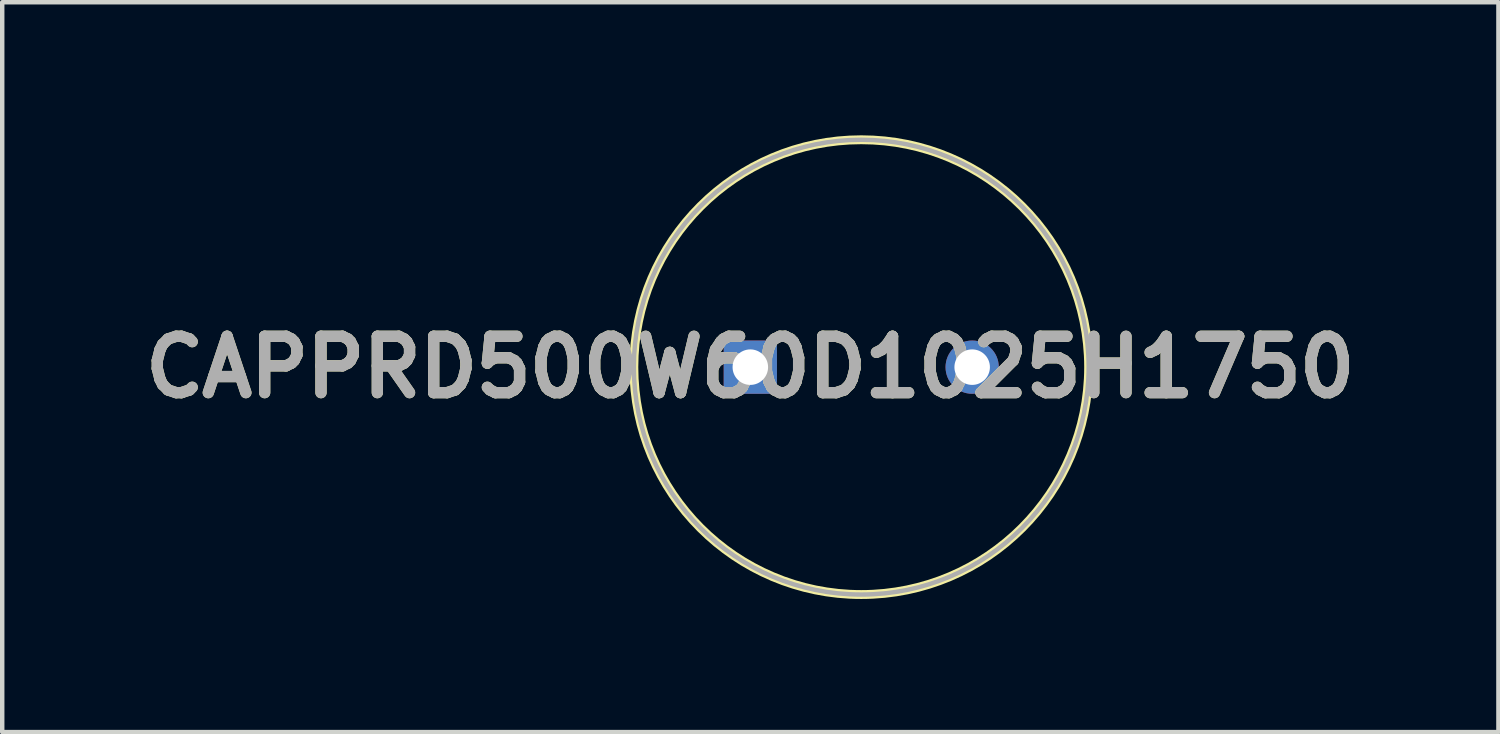
<source format=kicad_pcb>
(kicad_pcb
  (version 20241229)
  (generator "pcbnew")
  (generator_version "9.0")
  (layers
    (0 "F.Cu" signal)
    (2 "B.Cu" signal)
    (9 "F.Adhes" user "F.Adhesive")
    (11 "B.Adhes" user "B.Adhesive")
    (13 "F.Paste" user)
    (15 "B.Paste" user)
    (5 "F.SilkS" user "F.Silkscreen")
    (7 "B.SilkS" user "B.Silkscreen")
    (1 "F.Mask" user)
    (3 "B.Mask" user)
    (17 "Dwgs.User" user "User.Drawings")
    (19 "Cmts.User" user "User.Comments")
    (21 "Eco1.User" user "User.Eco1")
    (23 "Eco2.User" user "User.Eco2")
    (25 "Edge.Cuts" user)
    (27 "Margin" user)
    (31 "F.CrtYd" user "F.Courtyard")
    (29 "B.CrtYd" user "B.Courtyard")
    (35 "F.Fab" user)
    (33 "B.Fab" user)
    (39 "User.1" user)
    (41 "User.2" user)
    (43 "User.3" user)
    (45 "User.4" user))
  (footprint "CAPPRD500W60D1025H1750"
    (layer "F.Cu")
    (at 13.861 5.225)
    (property "Reference" "CAPPRD500W60D1025H1750" (at 0 0 0) (layer "F.SilkS") (effects (font (size 1.27 1.27) (thickness 0.254))))
    (attr through_hole)
    (fp_circle (center 2.5 0) (end 2.5 5.125) (stroke (width 0.2) (type solid)) (fill no) (layer "F.SilkS"))
    (fp_circle (center 2.5 0) (end 2.5 5.125) (stroke (width 0.1) (type solid)) (fill no) (layer "F.Fab"))
    (fp_text user "${REFERENCE}" (at 0 0 0) (layer "F.Fab") (effects (font (size 1.27 1.27) (thickness 0.254))))
    (pad "1" thru_hole rect (at 0 0) (size 1.2 1.2) (drill 0.8) (layers "*.Cu" "*.Mask"))
    (pad "2" thru_hole circle (at 5 0) (size 1.2 1.2) (drill 0.8) (layers "*.Cu" "*.Mask")))
  (gr_rect
    (start -3 -3)
    (end 30.722 13.45)
    (stroke (width 0.1) (type default))
    (fill no)
    (layer "Edge.Cuts")))
</source>
